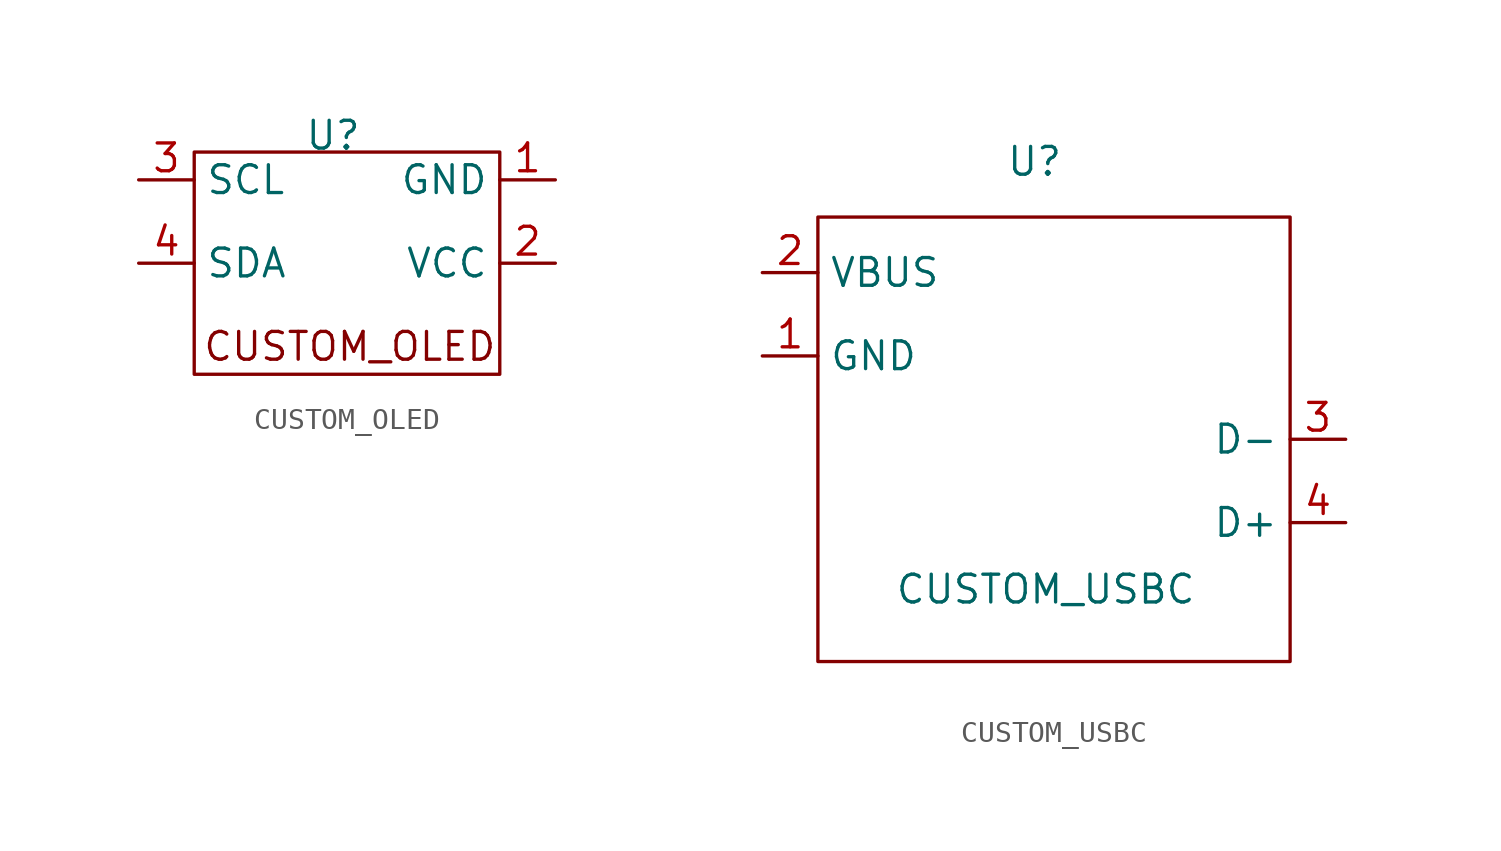
<source format=kicad_sym>
(kicad_symbol_lib
  (version 20241209)
  (generator "kicad_symbol_editor")
  (generator_version "9.0")
  (symbol "CUSTOM_OLED"
    (property "Reference" "U"
      (at 0 4.572 0)
      (effects (font (size 1.27 1.27))))
    (property "Value" ""
      (at 0 0 0)
      (effects (font (size 1.27 1.27))))
    (symbol "CUSTOM_OLED_0_1"
      (rectangle (start -6.35 3.81) (end 7.62 -6.35) (stroke (width 0) (type default)) (fill (type none))))
    (symbol "CUSTOM_OLED_1_1"
      (text "CUSTOM_OLED\n" (at 0.762 -5.08 0) (effects (font (size 1.27 1.27))))
      (pin input line (at -8.89 2.54 0) (length 2.54) (name "SCL" (effects (font (size 1.27 1.27)))) (number "3" (effects (font (size 1.27 1.27)))))
      (pin input line (at -8.89 -1.27 0) (length 2.54) (name "SDA" (effects (font (size 1.27 1.27)))) (number "4" (effects (font (size 1.27 1.27)))))
      (pin input line (at 10.16 2.54 180) (length 2.54) (name "GND" (effects (font (size 1.27 1.27)))) (number "1" (effects (font (size 1.27 1.27)))))
      (pin input line (at 10.16 -1.27 180) (length 2.54) (name "VCC" (effects (font (size 1.27 1.27)))) (number "2" (effects (font (size 1.27 1.27)))))))
  (symbol "CUSTOM_USBC"
    (property "Reference" "U"
      (at -0.254 7.62 0)
      (effects (font (size 1.27 1.27))))
    (property "Value" "CUSTOM_USBC"
      (at 0.254 -11.938 0)
      (effects (font (size 1.27 1.27))))
    (symbol "CUSTOM_USBC_0_1"
      (rectangle (start -10.16 5.08) (end 11.43 -15.24) (stroke (width 0) (type default)) (fill (type none))))
    (symbol "CUSTOM_USBC_1_1"
      (pin input line (at -12.7 2.54 0) (length 2.54) (name "VBUS" (effects (font (size 1.27 1.27)))) (number "2" (effects (font (size 1.27 1.27)))))
      (pin input line (at -12.7 -1.27 0) (length 2.54) (name "GND" (effects (font (size 1.27 1.27)))) (number "1" (effects (font (size 1.27 1.27)))))
      (pin input line (at 13.97 -5.08 180) (length 2.54) (name "D-" (effects (font (size 1.27 1.27)))) (number "3" (effects (font (size 1.27 1.27)))))
      (pin input line (at 13.97 -8.89 180) (length 2.54) (name "D+" (effects (font (size 1.27 1.27)))) (number "4" (effects (font (size 1.27 1.27))))))))
</source>
